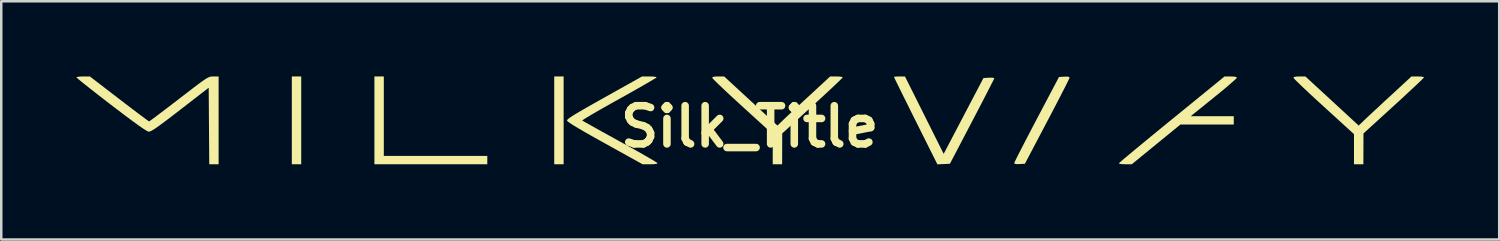
<source format=kicad_pcb>
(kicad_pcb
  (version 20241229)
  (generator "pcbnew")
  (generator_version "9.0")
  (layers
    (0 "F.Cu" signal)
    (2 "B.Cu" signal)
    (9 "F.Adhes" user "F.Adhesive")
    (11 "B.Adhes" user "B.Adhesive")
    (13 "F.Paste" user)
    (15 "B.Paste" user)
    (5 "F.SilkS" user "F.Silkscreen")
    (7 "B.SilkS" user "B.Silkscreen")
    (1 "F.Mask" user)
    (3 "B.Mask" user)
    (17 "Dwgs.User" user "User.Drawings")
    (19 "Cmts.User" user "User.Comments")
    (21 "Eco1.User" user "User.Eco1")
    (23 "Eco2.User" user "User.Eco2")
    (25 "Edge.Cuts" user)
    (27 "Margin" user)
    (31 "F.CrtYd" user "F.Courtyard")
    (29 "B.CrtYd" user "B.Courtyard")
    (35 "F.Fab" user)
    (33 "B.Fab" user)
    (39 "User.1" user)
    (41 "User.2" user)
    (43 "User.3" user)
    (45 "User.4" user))
  (footprint "Silk_Title"
    (layer "F.Cu")
    (at 26.86 2.002)
    (property "Reference" "Silk_Title" (at 0 0 0) (layer "F.SilkS") (effects (font (size 1.524 1.524) (thickness 0.3))))
    (attr board_only exclude_from_pos_files exclude_from_bom)
    (fp_poly (pts (xy -17.893 1.501) (xy -18.268 1.501) (xy -18.268 -2.002) (xy -17.893 -2.002)) (stroke (width 0) (type solid)) (fill yes) (layer "F.SilkS"))
    (fp_poly (pts (xy -7.424 1.501) (xy -7.799 1.501) (xy -7.799 -2.002) (xy -7.424 -2.002)) (stroke (width 0) (type solid)) (fill yes) (layer "F.SilkS"))
    (fp_poly (pts (xy -14.598 1.168) (xy -10.469 1.168) (xy -10.469 1.501) (xy -14.973 1.501) (xy -14.973 -2.002) (xy -14.598 -2.002)) (stroke (width 0) (type solid)) (fill yes) (layer "F.SilkS"))
    (fp_poly (pts (xy 12.75 -1.976) (xy 12.76 -1.952) (xy 12.741 -1.905) (xy 12.687 -1.792) (xy 12.601 -1.62) (xy 12.487 -1.398) (xy 12.351 -1.132) (xy 12.194 -0.831) (xy 12.022 -0.501) (xy 11.868 -0.209) (xy 10.978 1.481) (xy 10.765 1.493) (xy 10.63 1.494) (xy 10.564 1.476) (xy 10.554 1.452) (xy 10.573 1.405) (xy 10.628 1.291) (xy 10.713 1.12) (xy 10.827 0.898) (xy 10.964 0.632) (xy 11.121 0.331) (xy 11.293 0.001) (xy 11.447 -0.292) (xy 12.339 -1.981) (xy 12.551 -1.994) (xy 12.686 -1.995)) (stroke (width 0) (type solid)) (fill yes) (layer "F.SilkS"))
    (fp_poly (pts (xy 6.966 -0.458) (xy 7.738 1.087) (xy 8.531 -0.426) (xy 9.325 -1.939) (xy 9.542 -1.952) (xy 9.663 -1.953) (xy 9.742 -1.943) (xy 9.758 -1.931) (xy 9.739 -1.888) (xy 9.685 -1.779) (xy 9.599 -1.612) (xy 9.487 -1.392) (xy 9.351 -1.129) (xy 9.196 -0.83) (xy 9.025 -0.502) (xy 8.872 -0.209) (xy 7.987 1.481) (xy 7.737 1.493) (xy 7.487 1.504) (xy 6.621 -0.228) (xy 6.445 -0.58) (xy 6.282 -0.91) (xy 6.133 -1.208) (xy 6.004 -1.469) (xy 5.899 -1.684) (xy 5.819 -1.846) (xy 5.771 -1.947) (xy 5.756 -1.981) (xy 5.793 -1.993) (xy 5.89 -2) (xy 5.975 -2.002) (xy 6.194 -2.002)) (stroke (width 0) (type solid)) (fill yes) (layer "F.SilkS"))
    (fp_poly (pts (xy 19.343 -1.995) (xy 19.421 -1.973) (xy 19.433 -1.95) (xy 19.401 -1.911) (xy 19.312 -1.828) (xy 19.174 -1.707) (xy 18.996 -1.555) (xy 18.786 -1.38) (xy 18.551 -1.189) (xy 18.512 -1.157) (xy 17.593 -0.417) (xy 19.311 -0.417) (xy 19.311 -0.083) (xy 17.181 -0.083) (xy 16.213 0.708) (xy 15.244 1.5) (xy 14.98 1.501) (xy 14.838 1.495) (xy 14.75 1.48) (xy 14.73 1.46) (xy 14.764 1.428) (xy 14.857 1.347) (xy 15.004 1.222) (xy 15.2 1.059) (xy 15.438 0.861) (xy 15.715 0.633) (xy 16.023 0.379) (xy 16.358 0.105) (xy 16.715 -0.187) (xy 16.843 -0.291) (xy 18.943 -2.002) (xy 19.189 -2.002)) (stroke (width 0) (type solid)) (fill yes) (layer "F.SilkS"))
    (fp_poly (pts (xy 0.042 -1.023) (xy 1.105 -0.044) (xy 1.314 -0.244) (xy 1.401 -0.327) (xy 1.538 -0.456) (xy 1.716 -0.622) (xy 1.924 -0.814) (xy 2.15 -1.024) (xy 2.366 -1.223) (xy 3.21 -2.002) (xy 3.461 -2.002) (xy 3.593 -1.997) (xy 3.684 -1.982) (xy 3.712 -1.966) (xy 3.682 -1.931) (xy 3.597 -1.846) (xy 3.463 -1.718) (xy 3.288 -1.552) (xy 3.077 -1.356) (xy 2.837 -1.134) (xy 2.575 -0.894) (xy 2.504 -0.829) (xy 1.297 0.271) (xy 1.295 0.886) (xy 1.293 1.501) (xy 0.918 1.501) (xy 0.918 0.299) (xy -0.289 -0.8) (xy -0.555 -1.044) (xy -0.802 -1.271) (xy -1.021 -1.477) (xy -1.207 -1.653) (xy -1.353 -1.794) (xy -1.451 -1.894) (xy -1.496 -1.945) (xy -1.498 -1.95) (xy -1.467 -1.983) (xy -1.362 -1.999) (xy -1.261 -2.002) (xy -1.02 -2.002)) (stroke (width 0) (type solid)) (fill yes) (layer "F.SilkS"))
    (fp_poly (pts (xy 23.232 -1.023) (xy 24.294 -0.044) (xy 24.503 -0.244) (xy 24.59 -0.327) (xy 24.728 -0.456) (xy 24.906 -0.622) (xy 25.113 -0.814) (xy 25.339 -1.024) (xy 25.556 -1.223) (xy 26.4 -2.002) (xy 26.651 -2.002) (xy 26.783 -1.997) (xy 26.874 -1.982) (xy 26.901 -1.966) (xy 26.872 -1.931) (xy 26.787 -1.846) (xy 26.653 -1.718) (xy 26.477 -1.552) (xy 26.266 -1.356) (xy 26.027 -1.134) (xy 25.765 -0.894) (xy 25.694 -0.829) (xy 24.486 0.271) (xy 24.484 0.886) (xy 24.482 1.501) (xy 24.107 1.501) (xy 24.107 0.299) (xy 22.901 -0.8) (xy 22.634 -1.044) (xy 22.388 -1.271) (xy 22.168 -1.477) (xy 21.982 -1.653) (xy 21.837 -1.794) (xy 21.738 -1.894) (xy 21.693 -1.945) (xy 21.691 -1.95) (xy 21.723 -1.983) (xy 21.827 -1.999) (xy 21.929 -2.002) (xy 22.169 -2.002)) (stroke (width 0) (type solid)) (fill yes) (layer "F.SilkS"))
    (fp_poly (pts (xy -3.86 -1.998) (xy -3.756 -1.986) (xy -3.712 -1.969) (xy -3.712 -1.968) (xy -3.747 -1.941) (xy -3.848 -1.879) (xy -4.007 -1.785) (xy -4.215 -1.664) (xy -4.467 -1.52) (xy -4.753 -1.358) (xy -5.066 -1.183) (xy -5.211 -1.103) (xy -5.533 -0.923) (xy -5.829 -0.756) (xy -6.094 -0.605) (xy -6.318 -0.474) (xy -6.495 -0.369) (xy -6.617 -0.293) (xy -6.677 -0.251) (xy -6.681 -0.244) (xy -6.639 -0.219) (xy -6.533 -0.158) (xy -6.368 -0.066) (xy -6.155 0.054) (xy -5.899 0.196) (xy -5.611 0.355) (xy -5.296 0.529) (xy -5.173 0.597) (xy -4.851 0.775) (xy -4.553 0.942) (xy -4.285 1.093) (xy -4.057 1.224) (xy -3.876 1.33) (xy -3.749 1.407) (xy -3.685 1.45) (xy -3.678 1.456) (xy -3.709 1.482) (xy -3.819 1.497) (xy -3.969 1.501) (xy -4.275 1.501) (xy -5.777 0.668) (xy -6.196 0.434) (xy -6.544 0.237) (xy -6.822 0.075) (xy -7.033 -0.052) (xy -7.18 -0.147) (xy -7.265 -0.211) (xy -7.29 -0.242) (xy -7.281 -0.269) (xy -7.241 -0.309) (xy -7.166 -0.365) (xy -7.05 -0.441) (xy -6.887 -0.541) (xy -6.671 -0.667) (xy -6.397 -0.824) (xy -6.058 -1.015) (xy -5.799 -1.161) (xy -4.295 -2.002) (xy -4.003 -2.002)) (stroke (width 0) (type solid)) (fill yes) (layer "F.SilkS"))
    (fp_poly (pts (xy -25.156 -1.105) (xy -24.885 -0.897) (xy -24.634 -0.706) (xy -24.412 -0.538) (xy -24.225 -0.399) (xy -24.083 -0.293) (xy -23.992 -0.228) (xy -23.961 -0.209) (xy -23.923 -0.233) (xy -23.827 -0.303) (xy -23.68 -0.412) (xy -23.49 -0.556) (xy -23.264 -0.727) (xy -23.011 -0.92) (xy -22.77 -1.105) (xy -22.463 -1.342) (xy -22.213 -1.533) (xy -22.015 -1.684) (xy -21.859 -1.798) (xy -21.74 -1.881) (xy -21.648 -1.937) (xy -21.577 -1.973) (xy -21.519 -1.992) (xy -21.467 -2) (xy -21.412 -2.002) (xy -21.397 -2.002) (xy -21.188 -2.002) (xy -21.188 1.501) (xy -21.562 1.501) (xy -21.573 -0.025) (xy -21.584 -1.552) (xy -22.725 -0.669) (xy -23.039 -0.427) (xy -23.295 -0.233) (xy -23.499 -0.081) (xy -23.657 0.033) (xy -23.778 0.114) (xy -23.866 0.165) (xy -23.93 0.193) (xy -23.975 0.201) (xy -23.984 0.2) (xy -24.053 0.17) (xy -24.187 0.086) (xy -24.384 -0.05) (xy -24.646 -0.24) (xy -24.97 -0.482) (xy -25.358 -0.776) (xy -25.481 -0.87) (xy -25.776 -1.097) (xy -26.05 -1.31) (xy -26.295 -1.502) (xy -26.504 -1.667) (xy -26.672 -1.802) (xy -26.79 -1.9) (xy -26.852 -1.955) (xy -26.86 -1.965) (xy -26.822 -1.984) (xy -26.722 -1.997) (xy -26.592 -2.002) (xy -26.325 -2.002)) (stroke (width 0) (type solid)) (fill yes) (layer "F.SilkS")))
  (gr_rect
    (start -3 -3)
    (end 56.761 6.506)
    (stroke (width 0.1) (type default))
    (fill no)
    (layer "Edge.Cuts")))
</source>
